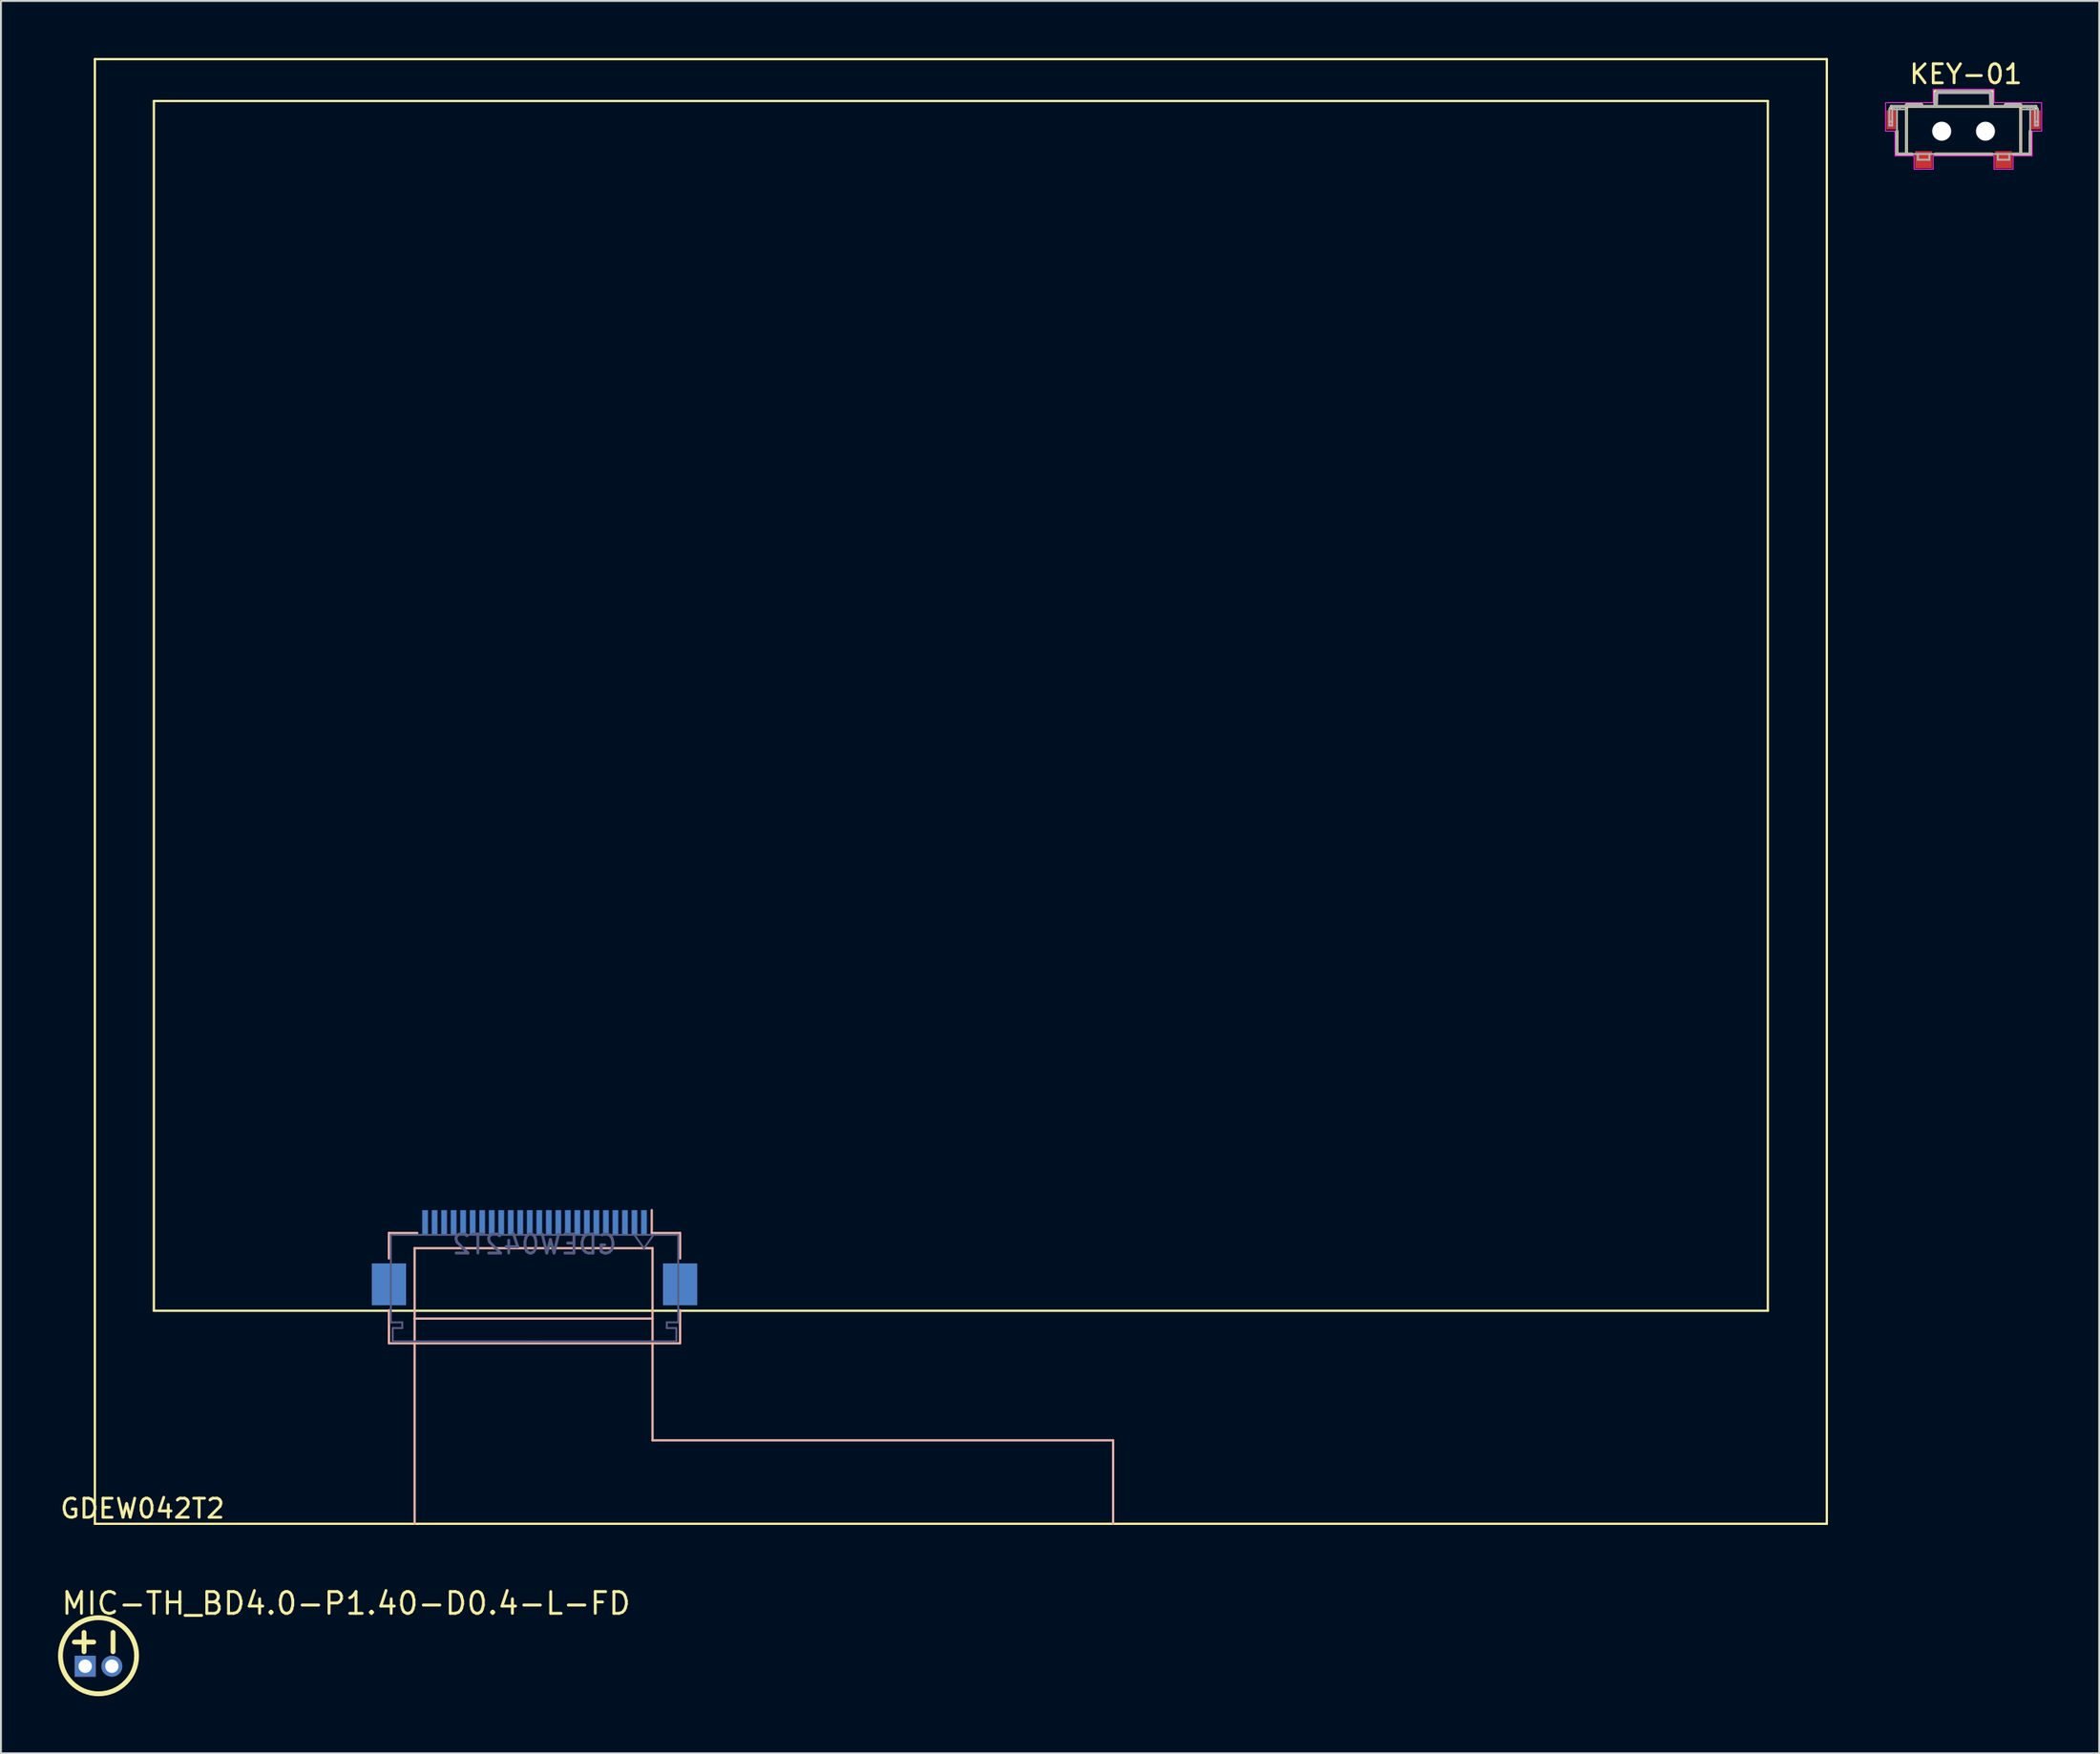
<source format=kicad_pcb>
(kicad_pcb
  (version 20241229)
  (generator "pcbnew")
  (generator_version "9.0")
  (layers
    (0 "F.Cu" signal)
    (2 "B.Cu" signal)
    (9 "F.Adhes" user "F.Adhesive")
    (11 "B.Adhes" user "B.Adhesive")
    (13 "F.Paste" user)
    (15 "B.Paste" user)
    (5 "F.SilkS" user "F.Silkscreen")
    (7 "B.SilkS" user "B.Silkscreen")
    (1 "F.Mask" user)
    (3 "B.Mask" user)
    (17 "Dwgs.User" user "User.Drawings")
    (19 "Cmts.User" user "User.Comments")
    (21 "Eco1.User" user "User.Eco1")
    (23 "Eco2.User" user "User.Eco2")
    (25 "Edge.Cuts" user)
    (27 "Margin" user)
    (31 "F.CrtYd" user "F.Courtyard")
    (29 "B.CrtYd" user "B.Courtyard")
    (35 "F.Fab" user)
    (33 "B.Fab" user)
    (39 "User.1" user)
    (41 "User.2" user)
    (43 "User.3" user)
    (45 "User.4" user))
  (footprint "GDEW042T2"
    (layer "F.Cu")
    (at 1.935 77.06)
    (property "Reference" "GDEW042T2" (at 2.5 -0.8 0) (layer "F.SilkS") (effects (font (size 1 1) (thickness 0.15))))
    (attr through_hole)
    (fp_line (start 0 -77) (end 0 0) (stroke (width 0.12) (type solid)) (layer "F.SilkS"))
    (fp_line (start 0 0) (end 91 0) (stroke (width 0.12) (type solid)) (layer "F.SilkS"))
    (fp_line (start 3.1 -74.8) (end 3.1 -11.2) (stroke (width 0.12) (type solid)) (layer "F.SilkS"))
    (fp_line (start 3.1 -74.8) (end 87.9 -74.8) (stroke (width 0.12) (type solid)) (layer "F.SilkS"))
    (fp_line (start 3.1 -11.2) (end 87.9 -11.2) (stroke (width 0.12) (type solid)) (layer "F.SilkS"))
    (fp_line (start 87.9 -74.8) (end 87.9 -11.2) (stroke (width 0.12) (type solid)) (layer "F.SilkS"))
    (fp_line (start 91 -77) (end 0 -77) (stroke (width 0.12) (type solid)) (layer "F.SilkS"))
    (fp_line (start 91 0) (end 91 -77) (stroke (width 0.12) (type solid)) (layer "F.SilkS"))
    (fp_line (start 15.45 -15.29) (end 15.45 -13.95) (stroke (width 0.12) (type solid)) (layer "B.SilkS"))
    (fp_line (start 15.45 -9.49) (end 15.45 -11.23) (stroke (width 0.12) (type solid)) (layer "B.SilkS"))
    (fp_line (start 16.8 -14.49) (end 16.8 -10.79) (stroke (width 0.12) (type solid)) (layer "B.SilkS"))
    (fp_line (start 16.8 -14.49) (end 29.3 -14.49) (stroke (width 0.12) (type solid)) (layer "B.SilkS"))
    (fp_line (start 16.8 -10.79) (end 16.8 0) (stroke (width 0.12) (type solid)) (layer "B.SilkS"))
    (fp_line (start 16.8 -10.79) (end 29.3 -10.79) (stroke (width 0.12) (type solid)) (layer "B.SilkS"))
    (fp_line (start 16.94 -15.29) (end 15.45 -15.29) (stroke (width 0.12) (type solid)) (layer "B.SilkS"))
    (fp_line (start 29.26 -15.29) (end 29.26 -16.49) (stroke (width 0.12) (type solid)) (layer "B.SilkS"))
    (fp_line (start 29.26 -15.29) (end 30.75 -15.29) (stroke (width 0.12) (type solid)) (layer "B.SilkS"))
    (fp_line (start 29.3 -10.79) (end 29.3 -14.49) (stroke (width 0.12) (type solid)) (layer "B.SilkS"))
    (fp_line (start 29.3 -10.79) (end 29.3 -4.39) (stroke (width 0.12) (type solid)) (layer "B.SilkS"))
    (fp_line (start 29.3 -4.39) (end 53.5 -4.39) (stroke (width 0.12) (type solid)) (layer "B.SilkS"))
    (fp_line (start 30.75 -15.29) (end 30.75 -13.95) (stroke (width 0.12) (type solid)) (layer "B.SilkS"))
    (fp_line (start 30.75 -11.23) (end 30.75 -9.49) (stroke (width 0.12) (type solid)) (layer "B.SilkS"))
    (fp_line (start 30.75 -9.49) (end 15.45 -9.49) (stroke (width 0.12) (type solid)) (layer "B.SilkS"))
    (fp_line (start 53.5 -4.39) (end 53.5 0) (stroke (width 0.12) (type solid)) (layer "B.SilkS"))
    (fp_line (start 15.55 -15.19) (end 15.55 -10.59) (stroke (width 0.1) (type solid)) (layer "B.Fab"))
    (fp_line (start 15.55 -10.59) (end 16.15 -10.59) (stroke (width 0.1) (type solid)) (layer "B.Fab"))
    (fp_line (start 15.65 -10.29) (end 15.65 -9.59) (stroke (width 0.1) (type solid)) (layer "B.Fab"))
    (fp_line (start 15.65 -9.59) (end 23.1 -9.59) (stroke (width 0.1) (type solid)) (layer "B.Fab"))
    (fp_line (start 16.15 -10.59) (end 16.15 -10.29) (stroke (width 0.1) (type solid)) (layer "B.Fab"))
    (fp_line (start 16.15 -10.29) (end 15.65 -10.29) (stroke (width 0.1) (type solid)) (layer "B.Fab"))
    (fp_line (start 23.1 -15.19) (end 15.55 -15.19) (stroke (width 0.1) (type solid)) (layer "B.Fab"))
    (fp_line (start 23.1 -15.19) (end 30.65 -15.19) (stroke (width 0.1) (type solid)) (layer "B.Fab"))
    (fp_line (start 28.85 -14.483) (end 28.35 -15.19) (stroke (width 0.1) (type solid)) (layer "B.Fab"))
    (fp_line (start 29.35 -15.19) (end 28.85 -14.483) (stroke (width 0.1) (type solid)) (layer "B.Fab"))
    (fp_line (start 30.05 -10.59) (end 30.05 -10.29) (stroke (width 0.1) (type solid)) (layer "B.Fab"))
    (fp_line (start 30.05 -10.29) (end 30.55 -10.29) (stroke (width 0.1) (type solid)) (layer "B.Fab"))
    (fp_line (start 30.55 -10.29) (end 30.55 -9.59) (stroke (width 0.1) (type solid)) (layer "B.Fab"))
    (fp_line (start 30.55 -9.59) (end 23.1 -9.59) (stroke (width 0.1) (type solid)) (layer "B.Fab"))
    (fp_line (start 30.65 -15.19) (end 30.65 -10.59) (stroke (width 0.1) (type solid)) (layer "B.Fab"))
    (fp_line (start 30.65 -10.59) (end 30.05 -10.59) (stroke (width 0.1) (type solid)) (layer "B.Fab"))
    (fp_text user "${REFERENCE}" (at 23.1 -14.69 180) (layer "B.Fab") (effects (font (size 1 1) (thickness 0.15)) (justify mirror)))
    (pad "1" smd rect (at 28.85 -15.84 180) (size 0.3 1.3) (layers "B.Cu" "B.Mask" "B.Paste"))
    (pad "2" smd rect (at 28.35 -15.84 180) (size 0.3 1.3) (layers "B.Cu" "B.Mask" "B.Paste"))
    (pad "3" smd rect (at 27.85 -15.84 180) (size 0.3 1.3) (layers "B.Cu" "B.Mask" "B.Paste"))
    (pad "4" smd rect (at 27.35 -15.84 180) (size 0.3 1.3) (layers "B.Cu" "B.Mask" "B.Paste"))
    (pad "5" smd rect (at 26.85 -15.84 180) (size 0.3 1.3) (layers "B.Cu" "B.Mask" "B.Paste"))
    (pad "6" smd rect (at 26.35 -15.84 180) (size 0.3 1.3) (layers "B.Cu" "B.Mask" "B.Paste"))
    (pad "7" smd rect (at 25.85 -15.84 180) (size 0.3 1.3) (layers "B.Cu" "B.Mask" "B.Paste"))
    (pad "8" smd rect (at 25.35 -15.84 180) (size 0.3 1.3) (layers "B.Cu" "B.Mask" "B.Paste"))
    (pad "9" smd rect (at 24.85 -15.84 180) (size 0.3 1.3) (layers "B.Cu" "B.Mask" "B.Paste"))
    (pad "10" smd rect (at 24.35 -15.84 180) (size 0.3 1.3) (layers "B.Cu" "B.Mask" "B.Paste"))
    (pad "11" smd rect (at 23.85 -15.84 180) (size 0.3 1.3) (layers "B.Cu" "B.Mask" "B.Paste"))
    (pad "12" smd rect (at 23.35 -15.84 180) (size 0.3 1.3) (layers "B.Cu" "B.Mask" "B.Paste"))
    (pad "13" smd rect (at 22.85 -15.84 180) (size 0.3 1.3) (layers "B.Cu" "B.Mask" "B.Paste"))
    (pad "14" smd rect (at 22.35 -15.84 180) (size 0.3 1.3) (layers "B.Cu" "B.Mask" "B.Paste"))
    (pad "15" smd rect (at 21.85 -15.84 180) (size 0.3 1.3) (layers "B.Cu" "B.Mask" "B.Paste"))
    (pad "16" smd rect (at 21.35 -15.84 180) (size 0.3 1.3) (layers "B.Cu" "B.Mask" "B.Paste"))
    (pad "17" smd rect (at 20.85 -15.84 180) (size 0.3 1.3) (layers "B.Cu" "B.Mask" "B.Paste"))
    (pad "18" smd rect (at 20.35 -15.84 180) (size 0.3 1.3) (layers "B.Cu" "B.Mask" "B.Paste"))
    (pad "19" smd rect (at 19.85 -15.84 180) (size 0.3 1.3) (layers "B.Cu" "B.Mask" "B.Paste"))
    (pad "20" smd rect (at 19.35 -15.84 180) (size 0.3 1.3) (layers "B.Cu" "B.Mask" "B.Paste"))
    (pad "21" smd rect (at 18.85 -15.84 180) (size 0.3 1.3) (layers "B.Cu" "B.Mask" "B.Paste"))
    (pad "22" smd rect (at 18.35 -15.84 180) (size 0.3 1.3) (layers "B.Cu" "B.Mask" "B.Paste"))
    (pad "23" smd rect (at 17.85 -15.84 180) (size 0.3 1.3) (layers "B.Cu" "B.Mask" "B.Paste"))
    (pad "24" smd rect (at 17.35 -15.84 180) (size 0.3 1.3) (layers "B.Cu" "B.Mask" "B.Paste"))
    (pad "MP" smd rect (at 15.45 -12.59 180) (size 1.8 2.2) (layers "B.Cu" "B.Mask" "B.Paste"))
    (pad "MP" smd rect (at 30.75 -12.59 180) (size 1.8 2.2) (layers "B.Cu" "B.Mask" "B.Paste")))
  (footprint "MIC-TH_BD4.0-P1.40-D0.4-L-FD"
    (layer "F.Cu")
    (at 2.127 84.547)
    (property "Reference" "MIC-TH_BD4.0-P1.40-D0.4-L-FD" (at -2.032 -3.302 0) (layer "F.SilkS") (effects (font (size 1.143 1.143) (thickness 0.152)) (justify left)))
    (attr through_hole)
    (fp_line (start -0.762 -1.778) (end -0.762 -0.762) (stroke (width 0.254) (type solid)) (layer "F.SilkS"))
    (fp_line (start -0.254 -1.27) (end -1.27 -1.27) (stroke (width 0.254) (type solid)) (layer "F.SilkS"))
    (fp_line (start 0.762 -1.778) (end 0.762 -0.762) (stroke (width 0.254) (type solid)) (layer "F.SilkS"))
    (fp_circle (center 0 -0.55) (end 2 -0.55) (stroke (width 0.254) (type solid)) (fill no) (layer "F.SilkS"))
    (pad "1" thru_hole rect (at -0.7 0 270) (size 1.1 1.1) (drill 0.7) (layers "*.Cu" "*.Paste" "*.Mask"))
    (pad "2" thru_hole circle (at 0.7 0 270) (size 1.1 1.1) (drill 0.7) (layers "*.Cu" "*.Paste" "*.Mask")))
  (footprint "KEY-01"
    (layer "F.Cu")
    (at 100.24 0.348)
    (property "Reference" "KEY-01" (at 0 0.5 0) (layer "F.SilkS") (effects (font (size 1 1) (thickness 0.15))))
    (attr through_hole)
    (fp_line (start -3.92 2.2) (end -3.92 2.3) (stroke (width 0.15) (type solid)) (layer "F.SilkS"))
    (fp_line (start -3.92 2.2) (end 3.68 2.2) (stroke (width 0.15) (type solid)) (layer "F.SilkS"))
    (fp_line (start -3.62 3.5) (end -3.62 4.7) (stroke (width 0.15) (type solid)) (layer "F.SilkS"))
    (fp_line (start -3.62 4.7) (end -2.82 4.7) (stroke (width 0.15) (type solid)) (layer "F.SilkS"))
    (fp_line (start -3.12 2.1) (end -2.32 2.1) (stroke (width 0.15) (type solid)) (layer "F.SilkS"))
    (fp_line (start -3.12 2.2) (end -3.12 4.7) (stroke (width 0.15) (type solid)) (layer "F.SilkS"))
    (fp_line (start -1.62 1.4) (end 1.28 1.4) (stroke (width 0.15) (type solid)) (layer "F.SilkS"))
    (fp_line (start -1.62 2.2) (end -1.62 1.4) (stroke (width 0.15) (type solid)) (layer "F.SilkS"))
    (fp_line (start -1.62 4.7) (end 1.38 4.7) (stroke (width 0.15) (type solid)) (layer "F.SilkS"))
    (fp_line (start 1.28 1.4) (end 1.38 1.4) (stroke (width 0.15) (type solid)) (layer "F.SilkS"))
    (fp_line (start 1.38 1.4) (end 1.38 2.2) (stroke (width 0.15) (type solid)) (layer "F.SilkS"))
    (fp_line (start 2.08 2.1) (end 2.88 2.1) (stroke (width 0.15) (type solid)) (layer "F.SilkS"))
    (fp_line (start 2.48 4.7) (end 3.38 4.7) (stroke (width 0.15) (type solid)) (layer "F.SilkS"))
    (fp_line (start 2.88 2.3) (end 2.88 4.7) (stroke (width 0.15) (type solid)) (layer "F.SilkS"))
    (fp_line (start 3.38 4.7) (end 3.38 3.5) (stroke (width 0.15) (type solid)) (layer "F.SilkS"))
    (fp_line (start 3.68 2.2) (end 3.68 2.3) (stroke (width 0.15) (type solid)) (layer "F.SilkS"))
    (fp_line (start -4.22 2) (end -4.22 3.5) (stroke (width 0.05) (type solid)) (layer "F.CrtYd"))
    (fp_line (start -4.22 3.5) (end -3.72 3.5) (stroke (width 0.05) (type solid)) (layer "F.CrtYd"))
    (fp_line (start -3.72 3.5) (end -3.72 4.8) (stroke (width 0.05) (type solid)) (layer "F.CrtYd"))
    (fp_line (start -3.72 4.8) (end -2.72 4.8) (stroke (width 0.05) (type solid)) (layer "F.CrtYd"))
    (fp_line (start -2.72 4.8) (end -2.72 5.5) (stroke (width 0.05) (type solid)) (layer "F.CrtYd"))
    (fp_line (start -2.72 5.5) (end -1.72 5.5) (stroke (width 0.05) (type solid)) (layer "F.CrtYd"))
    (fp_line (start -1.72 1.3) (end -1.72 2) (stroke (width 0.05) (type solid)) (layer "F.CrtYd"))
    (fp_line (start -1.72 2) (end -4.22 2) (stroke (width 0.05) (type solid)) (layer "F.CrtYd"))
    (fp_line (start -1.72 4.8) (end 1.48 4.8) (stroke (width 0.05) (type solid)) (layer "F.CrtYd"))
    (fp_line (start -1.72 5.5) (end -1.72 4.8) (stroke (width 0.05) (type solid)) (layer "F.CrtYd"))
    (fp_line (start 1.48 1.3) (end -1.72 1.3) (stroke (width 0.05) (type solid)) (layer "F.CrtYd"))
    (fp_line (start 1.48 2) (end 1.48 1.3) (stroke (width 0.05) (type solid)) (layer "F.CrtYd"))
    (fp_line (start 1.48 4.8) (end 1.48 5.5) (stroke (width 0.05) (type solid)) (layer "F.CrtYd"))
    (fp_line (start 1.48 5.5) (end 2.48 5.5) (stroke (width 0.05) (type solid)) (layer "F.CrtYd"))
    (fp_line (start 2.48 4.8) (end 3.48 4.8) (stroke (width 0.05) (type solid)) (layer "F.CrtYd"))
    (fp_line (start 2.48 5.5) (end 2.48 4.8) (stroke (width 0.05) (type solid)) (layer "F.CrtYd"))
    (fp_line (start 3.48 3.5) (end 3.98 3.5) (stroke (width 0.05) (type solid)) (layer "F.CrtYd"))
    (fp_line (start 3.48 4.8) (end 3.48 3.5) (stroke (width 0.05) (type solid)) (layer "F.CrtYd"))
    (fp_line (start 3.98 2) (end 1.48 2) (stroke (width 0.05) (type solid)) (layer "F.CrtYd"))
    (fp_line (start 3.98 3.5) (end 3.98 2) (stroke (width 0.05) (type solid)) (layer "F.CrtYd"))
    (fp_line (start -4.02 3.2) (end -4.02 2.353) (stroke (width 0.1) (type solid)) (layer "F.Fab"))
    (fp_line (start -3.87 2.35) (end -3.87 3.2) (stroke (width 0.1) (type solid)) (layer "F.Fab"))
    (fp_line (start -3.87 2.35) (end -3.12 2.35) (stroke (width 0.1) (type solid)) (layer "F.Fab"))
    (fp_line (start -3.87 3) (end -4.02 3) (stroke (width 0.1) (type solid)) (layer "F.Fab"))
    (fp_line (start -3.87 3.2) (end -4.02 3.2) (stroke (width 0.1) (type solid)) (layer "F.Fab"))
    (fp_line (start -3.867 2.2) (end 3.627 2.2) (stroke (width 0.1) (type solid)) (layer "F.Fab"))
    (fp_line (start -3.77 2.2) (end -3.77 2.35) (stroke (width 0.1) (type solid)) (layer "F.Fab"))
    (fp_line (start -3.62 4.7) (end -3.62 2.2) (stroke (width 0.1) (type solid)) (layer "F.Fab"))
    (fp_line (start -3.62 4.7) (end 3.38 4.7) (stroke (width 0.1) (type solid)) (layer "F.Fab"))
    (fp_line (start -3.47 2.2) (end -3.47 2.35) (stroke (width 0.1) (type solid)) (layer "F.Fab"))
    (fp_line (start -3.12 2.1) (end -2.32 2.1) (stroke (width 0.1) (type solid)) (layer "F.Fab"))
    (fp_line (start -3.12 2.2) (end -3.12 2.1) (stroke (width 0.1) (type solid)) (layer "F.Fab"))
    (fp_line (start -3.12 2.35) (end -3.12 4.7) (stroke (width 0.1) (type solid)) (layer "F.Fab"))
    (fp_line (start -2.52 4.7) (end -2.52 5) (stroke (width 0.1) (type solid)) (layer "F.Fab"))
    (fp_line (start -2.52 5) (end -1.92 5) (stroke (width 0.1) (type solid)) (layer "F.Fab"))
    (fp_line (start -2.32 2.2) (end -2.32 2.1) (stroke (width 0.1) (type solid)) (layer "F.Fab"))
    (fp_line (start -1.92 5) (end -1.92 4.7) (stroke (width 0.1) (type solid)) (layer "F.Fab"))
    (fp_line (start -1.595 1.497) (end -1.62 2.2) (stroke (width 0.1) (type solid)) (layer "F.Fab"))
    (fp_line (start -1.495 1.4) (end -1.495 1.497) (stroke (width 0.1) (type solid)) (layer "F.Fab"))
    (fp_line (start -1.495 1.497) (end -1.52 2.2) (stroke (width 0.1) (type solid)) (layer "F.Fab"))
    (fp_line (start 1.255 1.4) (end -1.495 1.4) (stroke (width 0.1) (type solid)) (layer "F.Fab"))
    (fp_line (start 1.255 1.4) (end 1.255 1.497) (stroke (width 0.1) (type solid)) (layer "F.Fab"))
    (fp_line (start 1.255 1.497) (end -1.495 1.497) (stroke (width 0.1) (type solid)) (layer "F.Fab"))
    (fp_line (start 1.255 1.497) (end 1.28 2.2) (stroke (width 0.1) (type solid)) (layer "F.Fab"))
    (fp_line (start 1.355 1.497) (end 1.38 2.2) (stroke (width 0.1) (type solid)) (layer "F.Fab"))
    (fp_line (start 1.68 4.7) (end 1.68 5) (stroke (width 0.1) (type solid)) (layer "F.Fab"))
    (fp_line (start 1.68 5) (end 2.28 5) (stroke (width 0.1) (type solid)) (layer "F.Fab"))
    (fp_line (start 2.08 2.1) (end 2.88 2.1) (stroke (width 0.1) (type solid)) (layer "F.Fab"))
    (fp_line (start 2.08 2.2) (end 2.08 2.1) (stroke (width 0.1) (type solid)) (layer "F.Fab"))
    (fp_line (start 2.28 5) (end 2.28 4.7) (stroke (width 0.1) (type solid)) (layer "F.Fab"))
    (fp_line (start 2.88 2.2) (end 2.88 2.1) (stroke (width 0.1) (type solid)) (layer "F.Fab"))
    (fp_line (start 2.88 2.35) (end 2.88 4.7) (stroke (width 0.1) (type solid)) (layer "F.Fab"))
    (fp_line (start 2.88 2.35) (end 3.63 2.35) (stroke (width 0.1) (type solid)) (layer "F.Fab"))
    (fp_line (start 3.23 2.2) (end 3.23 2.35) (stroke (width 0.1) (type solid)) (layer "F.Fab"))
    (fp_line (start 3.38 4.7) (end 3.38 2.2) (stroke (width 0.1) (type solid)) (layer "F.Fab"))
    (fp_line (start 3.53 2.35) (end 3.53 2.2) (stroke (width 0.1) (type solid)) (layer "F.Fab"))
    (fp_line (start 3.63 3.2) (end 3.63 2.35) (stroke (width 0.1) (type solid)) (layer "F.Fab"))
    (fp_line (start 3.78 3) (end 3.63 3) (stroke (width 0.1) (type solid)) (layer "F.Fab"))
    (fp_line (start 3.78 3.2) (end 3.63 3.2) (stroke (width 0.1) (type solid)) (layer "F.Fab"))
    (fp_line (start 3.78 3.2) (end 3.78 2.353) (stroke (width 0.1) (type solid)) (layer "F.Fab"))
    (fp_arc (start -4.02 2.353) (mid -3.975187 2.244813) (end -3.867 2.2) (stroke (width 0.1) (type solid)) (layer "F.Fab"))
    (fp_arc (start -1.595434 1.49651) (mid -1.564961 1.428066) (end -1.495495 1.4) (stroke (width 0.1) (type solid)) (layer "F.Fab"))
    (fp_arc (start 1.255494 1.4) (mid 1.32496 1.428066) (end 1.355433 1.49651) (stroke (width 0.1) (type solid)) (layer "F.Fab"))
    (fp_arc (start 3.627 2.2) (mid 3.735187 2.244813) (end 3.78 2.353) (stroke (width 0.1) (type solid)) (layer "F.Fab"))
    (fp_circle (center -1.27 3.5) (end -0.92 3.5) (stroke (width 0.1) (type solid)) (fill no) (layer "F.Fab"))
    (fp_circle (center 1.03 3.5) (end 1.38 3.5) (stroke (width 0.1) (type solid)) (fill no) (layer "F.Fab"))
    (pad "" np_thru_hole circle (at -1.27 3.5) (size 1 1) (drill 1) (layers "*.Cu" "*.Mask"))
    (pad "" np_thru_hole circle (at 1.03 3.5) (size 1 1) (drill 1) (layers "*.Cu" "*.Mask"))
    (pad "1" smd rect (at -2.22 5) (size 0.9 0.9) (layers "F.Cu" "F.Mask" "F.Paste"))
    (pad "2" smd rect (at 1.98 5) (size 0.9 0.9) (layers "F.Cu" "F.Mask" "F.Paste"))
    (pad "3" smd rect (at -3.92 2.9 90) (size 1 0.5) (layers "F.Cu" "F.Mask" "F.Paste"))
    (pad "3" smd rect (at 3.68 2.9 90) (size 1 0.5) (layers "F.Cu" "F.Mask" "F.Paste")))
  (gr_rect
    (start -3 -3)
    (end 107.245 89.124)
    (stroke (width 0.1) (type default))
    (fill no)
    (layer "Edge.Cuts")))
</source>
